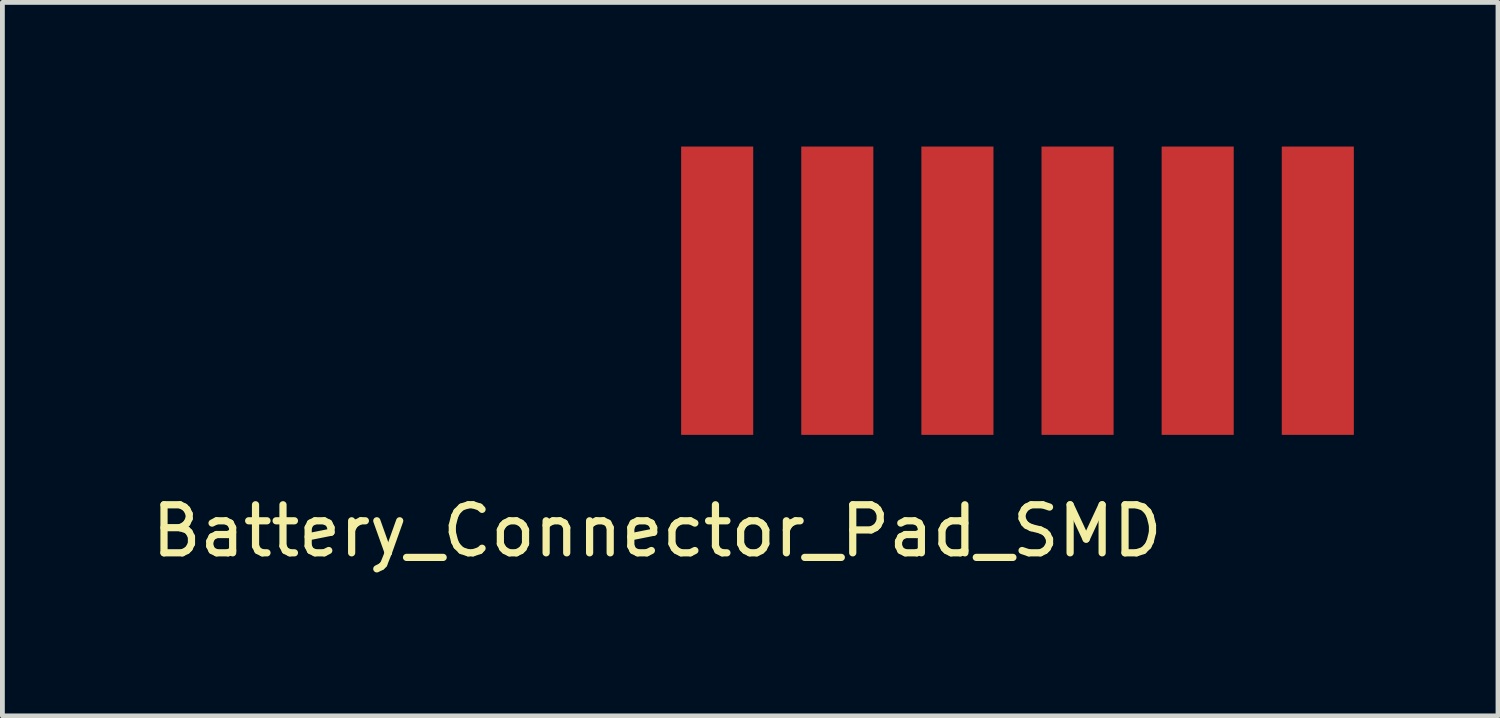
<source format=kicad_pcb>
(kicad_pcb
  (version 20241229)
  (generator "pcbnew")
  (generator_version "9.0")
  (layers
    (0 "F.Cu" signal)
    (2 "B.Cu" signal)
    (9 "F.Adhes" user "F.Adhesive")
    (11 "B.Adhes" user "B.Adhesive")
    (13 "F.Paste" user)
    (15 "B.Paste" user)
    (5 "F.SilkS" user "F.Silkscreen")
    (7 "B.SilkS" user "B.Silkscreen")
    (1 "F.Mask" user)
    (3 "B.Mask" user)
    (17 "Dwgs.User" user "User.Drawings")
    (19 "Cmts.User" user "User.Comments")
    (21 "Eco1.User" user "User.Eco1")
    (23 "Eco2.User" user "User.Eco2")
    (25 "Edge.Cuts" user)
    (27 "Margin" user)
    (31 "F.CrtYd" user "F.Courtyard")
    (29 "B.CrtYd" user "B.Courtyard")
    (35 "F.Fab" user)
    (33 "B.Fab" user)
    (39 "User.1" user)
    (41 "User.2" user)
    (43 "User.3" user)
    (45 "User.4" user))
  (footprint "Battery_Connector_Pad_SMD"
    (layer "F.Cu")
    (at 18.125 3)
    (property "Reference" "Battery_Connector_Pad_SMD" (at -7.5 5 0) (layer "F.SilkS") (effects (font (size 1 1) (thickness 0.15))))
    (attr through_hole)
    (pad "1" smd rect (at -6.25 0) (size 1.5 6) (layers "F.Cu" "F.Mask"))
    (pad "2" smd rect (at -3.75 0) (size 1.5 6) (layers "F.Cu" "F.Mask"))
    (pad "3" smd rect (at -1.25 0) (size 1.5 6) (layers "F.Cu" "F.Mask"))
    (pad "4" smd rect (at 1.25 0) (size 1.5 6) (layers "F.Cu" "F.Mask"))
    (pad "5" smd rect (at 3.75 0) (size 1.5 6) (layers "F.Cu" "F.Mask"))
    (pad "6" smd rect (at 6.25 0) (size 1.5 6) (layers "F.Cu" "F.Mask")))
  (gr_rect
    (start -3 -3)
    (end 28.125 11.848)
    (stroke (width 0.1) (type default))
    (fill no)
    (layer "Edge.Cuts")))
</source>
